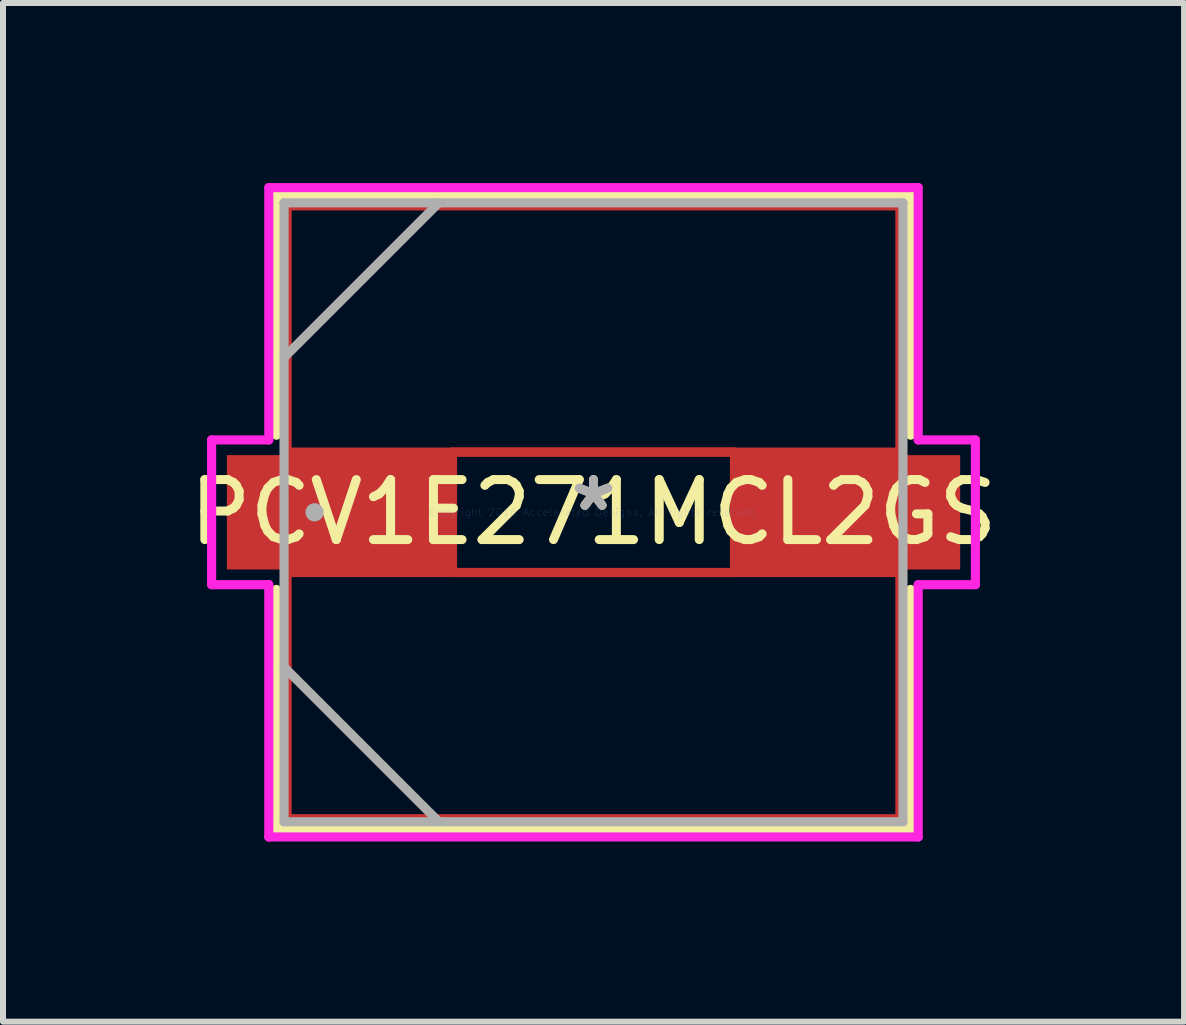
<source format=kicad_pcb>
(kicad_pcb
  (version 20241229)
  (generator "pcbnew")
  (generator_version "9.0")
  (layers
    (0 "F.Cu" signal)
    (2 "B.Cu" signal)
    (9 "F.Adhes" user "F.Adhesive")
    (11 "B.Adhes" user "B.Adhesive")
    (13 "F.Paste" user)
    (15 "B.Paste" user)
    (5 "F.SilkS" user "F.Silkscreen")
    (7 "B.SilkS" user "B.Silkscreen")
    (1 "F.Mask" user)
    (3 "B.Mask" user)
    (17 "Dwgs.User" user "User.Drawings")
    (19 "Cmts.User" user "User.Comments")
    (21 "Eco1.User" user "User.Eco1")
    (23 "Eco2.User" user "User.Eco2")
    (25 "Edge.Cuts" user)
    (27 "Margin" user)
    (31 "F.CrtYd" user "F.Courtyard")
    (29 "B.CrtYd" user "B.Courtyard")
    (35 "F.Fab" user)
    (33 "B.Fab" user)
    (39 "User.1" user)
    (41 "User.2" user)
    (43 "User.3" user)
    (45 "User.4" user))
  (footprint "PCV1E271MCL2GS"
    (layer "F.Cu")
    (at 6.839 5.486)
    (property "Reference" "PCV1E271MCL2GS" (at 0 0 0) (layer "F.SilkS") (effects (font (size 1 1) (thickness 0.15))))
    (attr through_hole)
    (fp_line (start -5.105 -5.105) (end 5.105 -5.105) (stroke (width 0.152) (type solid)) (layer "F.Cu"))
    (fp_line (start -5.105 -1.003) (end -5.105 -5.105) (stroke (width 0.152) (type solid)) (layer "F.Cu"))
    (fp_line (start -5.105 1.003) (end 5.105 1.003) (stroke (width 0.152) (type solid)) (layer "F.Cu"))
    (fp_line (start -5.105 5.105) (end -5.105 1.003) (stroke (width 0.152) (type solid)) (layer "F.Cu"))
    (fp_line (start -2.349 -1.003) (end 2.349 -1.003) (stroke (width 0.152) (type solid)) (layer "F.Cu"))
    (fp_line (start -2.349 1.003) (end -2.349 -1.003) (stroke (width 0.152) (type solid)) (layer "F.Cu"))
    (fp_line (start 2.349 -1.003) (end 2.349 1.003) (stroke (width 0.152) (type solid)) (layer "F.Cu"))
    (fp_line (start 2.349 1.003) (end -2.349 1.003) (stroke (width 0.152) (type solid)) (layer "F.Cu"))
    (fp_line (start 5.105 -5.105) (end 5.105 -1.003) (stroke (width 0.152) (type solid)) (layer "F.Cu"))
    (fp_line (start 5.105 -1.003) (end -5.105 -1.003) (stroke (width 0.152) (type solid)) (layer "F.Cu"))
    (fp_line (start 5.105 1.003) (end 5.105 5.105) (stroke (width 0.152) (type solid)) (layer "F.Cu"))
    (fp_line (start 5.105 5.105) (end -5.105 5.105) (stroke (width 0.152) (type solid)) (layer "F.Cu"))
    (fp_line (start -5.283 -5.283) (end -5.283 -1.285) (stroke (width 0.152) (type solid)) (layer "F.SilkS"))
    (fp_line (start -5.283 1.285) (end -5.283 5.283) (stroke (width 0.152) (type solid)) (layer "F.SilkS"))
    (fp_line (start -5.283 5.283) (end 5.283 5.283) (stroke (width 0.152) (type solid)) (layer "F.SilkS"))
    (fp_line (start 5.283 -5.283) (end -5.283 -5.283) (stroke (width 0.152) (type solid)) (layer "F.SilkS"))
    (fp_line (start 5.283 -1.285) (end 5.283 -5.283) (stroke (width 0.152) (type solid)) (layer "F.SilkS"))
    (fp_line (start 5.283 5.283) (end 5.283 1.285) (stroke (width 0.152) (type solid)) (layer "F.SilkS"))
    (fp_line (start -6.363 -1.206) (end -5.41 -1.206) (stroke (width 0.152) (type solid)) (layer "F.CrtYd"))
    (fp_line (start -6.363 1.206) (end -6.363 -1.206) (stroke (width 0.152) (type solid)) (layer "F.CrtYd"))
    (fp_line (start -5.41 -5.41) (end 5.41 -5.41) (stroke (width 0.152) (type solid)) (layer "F.CrtYd"))
    (fp_line (start -5.41 -1.206) (end -5.41 -5.41) (stroke (width 0.152) (type solid)) (layer "F.CrtYd"))
    (fp_line (start -5.41 1.206) (end -6.363 1.206) (stroke (width 0.152) (type solid)) (layer "F.CrtYd"))
    (fp_line (start -5.41 5.41) (end -5.41 1.206) (stroke (width 0.152) (type solid)) (layer "F.CrtYd"))
    (fp_line (start 5.41 -5.41) (end 5.41 -1.206) (stroke (width 0.152) (type solid)) (layer "F.CrtYd"))
    (fp_line (start 5.41 -1.206) (end 6.363 -1.206) (stroke (width 0.152) (type solid)) (layer "F.CrtYd"))
    (fp_line (start 5.41 1.206) (end 5.41 5.41) (stroke (width 0.152) (type solid)) (layer "F.CrtYd"))
    (fp_line (start 5.41 5.41) (end -5.41 5.41) (stroke (width 0.152) (type solid)) (layer "F.CrtYd"))
    (fp_line (start 6.363 -1.206) (end 6.363 1.206) (stroke (width 0.152) (type solid)) (layer "F.CrtYd"))
    (fp_line (start 6.363 1.206) (end 5.41 1.206) (stroke (width 0.152) (type solid)) (layer "F.CrtYd"))
    (fp_line (start -5.156 -5.156) (end -5.156 5.156) (stroke (width 0.152) (type solid)) (layer "F.Fab"))
    (fp_line (start -5.156 -2.578) (end -2.578 -5.156) (stroke (width 0.152) (type solid)) (layer "F.Fab"))
    (fp_line (start -5.156 2.578) (end -2.578 5.156) (stroke (width 0.152) (type solid)) (layer "F.Fab"))
    (fp_line (start -5.156 5.156) (end 5.156 5.156) (stroke (width 0.152) (type solid)) (layer "F.Fab"))
    (fp_line (start 5.156 -5.156) (end -5.156 -5.156) (stroke (width 0.152) (type solid)) (layer "F.Fab"))
    (fp_line (start 5.156 5.156) (end 5.156 -5.156) (stroke (width 0.152) (type solid)) (layer "F.Fab"))
    (fp_circle (center -4.648 0) (end -4.648 0) (stroke (width 0.152) (type solid)) (fill no) (layer "F.Fab"))
    (fp_text user "*" (at 0 0 0) (layer "F.SilkS") (effects (font (size 1 1) (thickness 0.15))))
    (fp_text user "Copyright 2016 Accelerated Designs. All rights reserved." (at 0 0 0) (layer "Cmts.User") (effects (font (size 0.127 0.127) (thickness 0.002))))
    (fp_text user "*" (at 0 0 0) (layer "F.Fab") (effects (font (size 1 1) (thickness 0.15))))
    (pad "1" smd rect (at -4.255 0) (size 3.708 1.905) (layers "F.Cu" "F.Mask" "F.Paste"))
    (pad "2" smd rect (at 4.255 0) (size 3.708 1.905) (layers "F.Cu" "F.Mask" "F.Paste")))
  (gr_rect
    (start -3 -3)
    (end 16.679 13.973)
    (stroke (width 0.1) (type default))
    (fill no)
    (layer "Edge.Cuts")))
</source>
